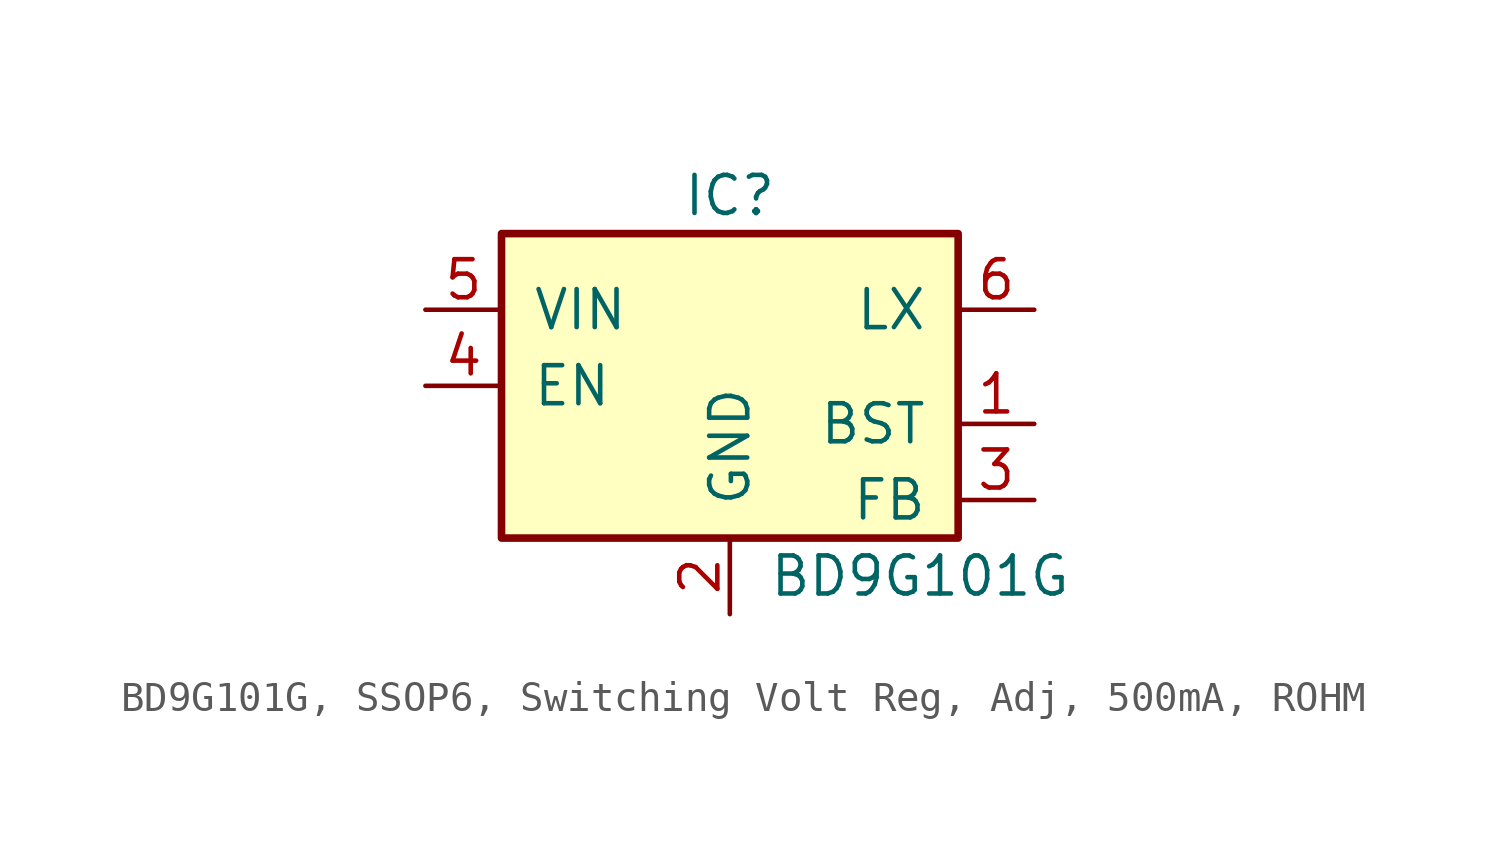
<source format=kicad_sym>
(kicad_symbol_lib
  (version 20241209)
  (generator "kicad_symbol_editor")
  (generator_version "9.0")
  (symbol "BD9G101G, SSOP6, Switching Volt Reg, Adj, 500mA, ROHM"
    (pin_names
      (offset 1.016))
    (property "Reference" "IC"
      (at 0 6.35 0)
      (effects (font (size 1.27 1.27))))
    (property "Value" "BD9G101G"
      (at 6.35 -6.35 0)
      (effects (font (size 1.27 1.27))))
    (symbol "BD9G101G, SSOP6, Switching Volt Reg, Adj, 500mA, ROHM_0_1"
      (rectangle (start -7.62 5.08) (end 7.62 -5.08) (stroke (width 0.254) (type default)) (fill (type background))))
    (symbol "BD9G101G, SSOP6, Switching Volt Reg, Adj, 500mA, ROHM_1_1"
      (pin power_in line (at -10.16 2.54 0) (length 2.54) (name "VIN" (effects (font (size 1.27 1.27)))) (number "5" (effects (font (size 1.27 1.27)))))
      (pin input line (at -10.16 0 0) (length 2.54) (name "EN" (effects (font (size 1.27 1.27)))) (number "4" (effects (font (size 1.27 1.27)))))
      (pin passive line (at 0 -7.62 90) (length 2.54) (name "GND" (effects (font (size 1.27 1.27)))) (number "2" (effects (font (size 1.27 1.27)))))
      (pin power_out line (at 10.16 2.54 180) (length 2.54) (name "LX" (effects (font (size 1.27 1.27)))) (number "6" (effects (font (size 1.27 1.27)))))
      (pin passive line (at 10.16 -1.27 180) (length 2.54) (name "BST" (effects (font (size 1.27 1.27)))) (number "1" (effects (font (size 1.27 1.27)))))
      (pin passive line (at 10.16 -3.81 180) (length 2.54) (name "FB" (effects (font (size 1.27 1.27)))) (number "3" (effects (font (size 1.27 1.27))))))))
</source>
